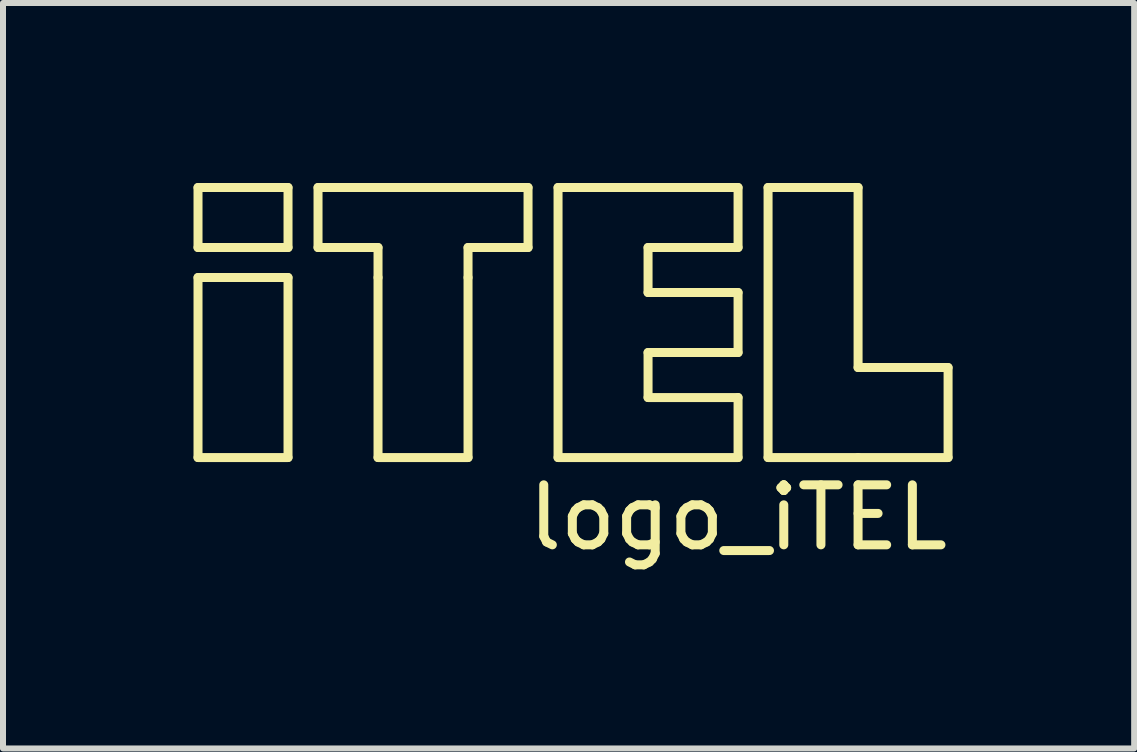
<source format=kicad_pcb>
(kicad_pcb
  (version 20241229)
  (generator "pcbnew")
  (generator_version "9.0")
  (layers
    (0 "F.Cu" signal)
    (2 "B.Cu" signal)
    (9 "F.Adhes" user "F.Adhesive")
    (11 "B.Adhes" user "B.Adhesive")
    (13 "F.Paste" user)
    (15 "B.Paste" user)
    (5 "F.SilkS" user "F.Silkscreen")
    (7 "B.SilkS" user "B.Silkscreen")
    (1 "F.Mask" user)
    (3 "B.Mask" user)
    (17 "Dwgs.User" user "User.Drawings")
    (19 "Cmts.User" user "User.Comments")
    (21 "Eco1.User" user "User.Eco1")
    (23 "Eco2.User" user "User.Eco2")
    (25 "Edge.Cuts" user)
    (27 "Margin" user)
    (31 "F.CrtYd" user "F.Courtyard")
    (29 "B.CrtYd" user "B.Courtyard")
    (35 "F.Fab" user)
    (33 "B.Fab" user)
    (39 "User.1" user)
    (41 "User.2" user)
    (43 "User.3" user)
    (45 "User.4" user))
  (footprint "logo_iTEL"
    (layer "F.Cu")
    (at 0.25 4.575)
    (property "Reference" "logo_iTEL" (at 9 1 0) (layer "F.SilkS") (effects (font (size 1 1) (thickness 0.15))))
    (attr through_hole)
    (fp_line (start 0 -4.5) (end 0 -3.5) (stroke (width 0.15) (type solid)) (layer "F.SilkS"))
    (fp_line (start 0 -3.5) (end 1.5 -3.5) (stroke (width 0.15) (type solid)) (layer "F.SilkS"))
    (fp_line (start 0 -3) (end 0 0) (stroke (width 0.15) (type solid)) (layer "F.SilkS"))
    (fp_line (start 0 0) (end 1.5 0) (stroke (width 0.15) (type solid)) (layer "F.SilkS"))
    (fp_line (start 1.5 -4.5) (end 0 -4.5) (stroke (width 0.15) (type solid)) (layer "F.SilkS"))
    (fp_line (start 1.5 -3.5) (end 1.5 -4.5) (stroke (width 0.15) (type solid)) (layer "F.SilkS"))
    (fp_line (start 1.5 -3) (end 0 -3) (stroke (width 0.15) (type solid)) (layer "F.SilkS"))
    (fp_line (start 1.5 0) (end 1.5 -3) (stroke (width 0.15) (type solid)) (layer "F.SilkS"))
    (fp_line (start 2 -4.5) (end 5.5 -4.5) (stroke (width 0.15) (type solid)) (layer "F.SilkS"))
    (fp_line (start 2 -3.5) (end 2 -4.5) (stroke (width 0.15) (type solid)) (layer "F.SilkS"))
    (fp_line (start 3 -3.5) (end 2 -3.5) (stroke (width 0.15) (type solid)) (layer "F.SilkS"))
    (fp_line (start 3 -3) (end 3 -3.5) (stroke (width 0.15) (type solid)) (layer "F.SilkS"))
    (fp_line (start 3 0) (end 3 -3) (stroke (width 0.15) (type solid)) (layer "F.SilkS"))
    (fp_line (start 3 0) (end 4.5 0) (stroke (width 0.15) (type solid)) (layer "F.SilkS"))
    (fp_line (start 4.5 -3.5) (end 4.5 -3) (stroke (width 0.15) (type solid)) (layer "F.SilkS"))
    (fp_line (start 4.5 0) (end 4.5 -3) (stroke (width 0.15) (type solid)) (layer "F.SilkS"))
    (fp_line (start 5.5 -4.5) (end 5.5 -3.5) (stroke (width 0.15) (type solid)) (layer "F.SilkS"))
    (fp_line (start 5.5 -3.5) (end 4.5 -3.5) (stroke (width 0.15) (type solid)) (layer "F.SilkS"))
    (fp_line (start 6 -4.5) (end 6 0) (stroke (width 0.15) (type solid)) (layer "F.SilkS"))
    (fp_line (start 6 0) (end 9 0) (stroke (width 0.15) (type solid)) (layer "F.SilkS"))
    (fp_line (start 7.5 -3.5) (end 9 -3.5) (stroke (width 0.15) (type solid)) (layer "F.SilkS"))
    (fp_line (start 7.5 -2.75) (end 7.5 -3.5) (stroke (width 0.15) (type solid)) (layer "F.SilkS"))
    (fp_line (start 7.5 -1.75) (end 9 -1.75) (stroke (width 0.15) (type solid)) (layer "F.SilkS"))
    (fp_line (start 7.5 -1) (end 7.5 -1.75) (stroke (width 0.15) (type solid)) (layer "F.SilkS"))
    (fp_line (start 9 -4.5) (end 6 -4.5) (stroke (width 0.15) (type solid)) (layer "F.SilkS"))
    (fp_line (start 9 -4.5) (end 9 -3.5) (stroke (width 0.15) (type solid)) (layer "F.SilkS"))
    (fp_line (start 9 -2.75) (end 7.5 -2.75) (stroke (width 0.15) (type solid)) (layer "F.SilkS"))
    (fp_line (start 9 -2.75) (end 9 -1.75) (stroke (width 0.15) (type solid)) (layer "F.SilkS"))
    (fp_line (start 9 -1) (end 7.5 -1) (stroke (width 0.15) (type solid)) (layer "F.SilkS"))
    (fp_line (start 9 0) (end 9 -1) (stroke (width 0.15) (type solid)) (layer "F.SilkS"))
    (fp_line (start 9.5 -4.5) (end 11 -4.5) (stroke (width 0.15) (type solid)) (layer "F.SilkS"))
    (fp_line (start 9.5 0) (end 9.5 -4.5) (stroke (width 0.15) (type solid)) (layer "F.SilkS"))
    (fp_line (start 9.5 0) (end 11 0) (stroke (width 0.15) (type solid)) (layer "F.SilkS"))
    (fp_line (start 11 -1.5) (end 11 -4.5) (stroke (width 0.15) (type solid)) (layer "F.SilkS"))
    (fp_line (start 11 0) (end 12.5 0) (stroke (width 0.15) (type solid)) (layer "F.SilkS"))
    (fp_line (start 12.5 -1.5) (end 11 -1.5) (stroke (width 0.15) (type solid)) (layer "F.SilkS"))
    (fp_line (start 12.5 0) (end 12.5 -1.5) (stroke (width 0.15) (type solid)) (layer "F.SilkS")))
  (gr_rect
    (start -3 -3)
    (end 15.851 9.423)
    (stroke (width 0.1) (type default))
    (fill no)
    (layer "Edge.Cuts")))
</source>
